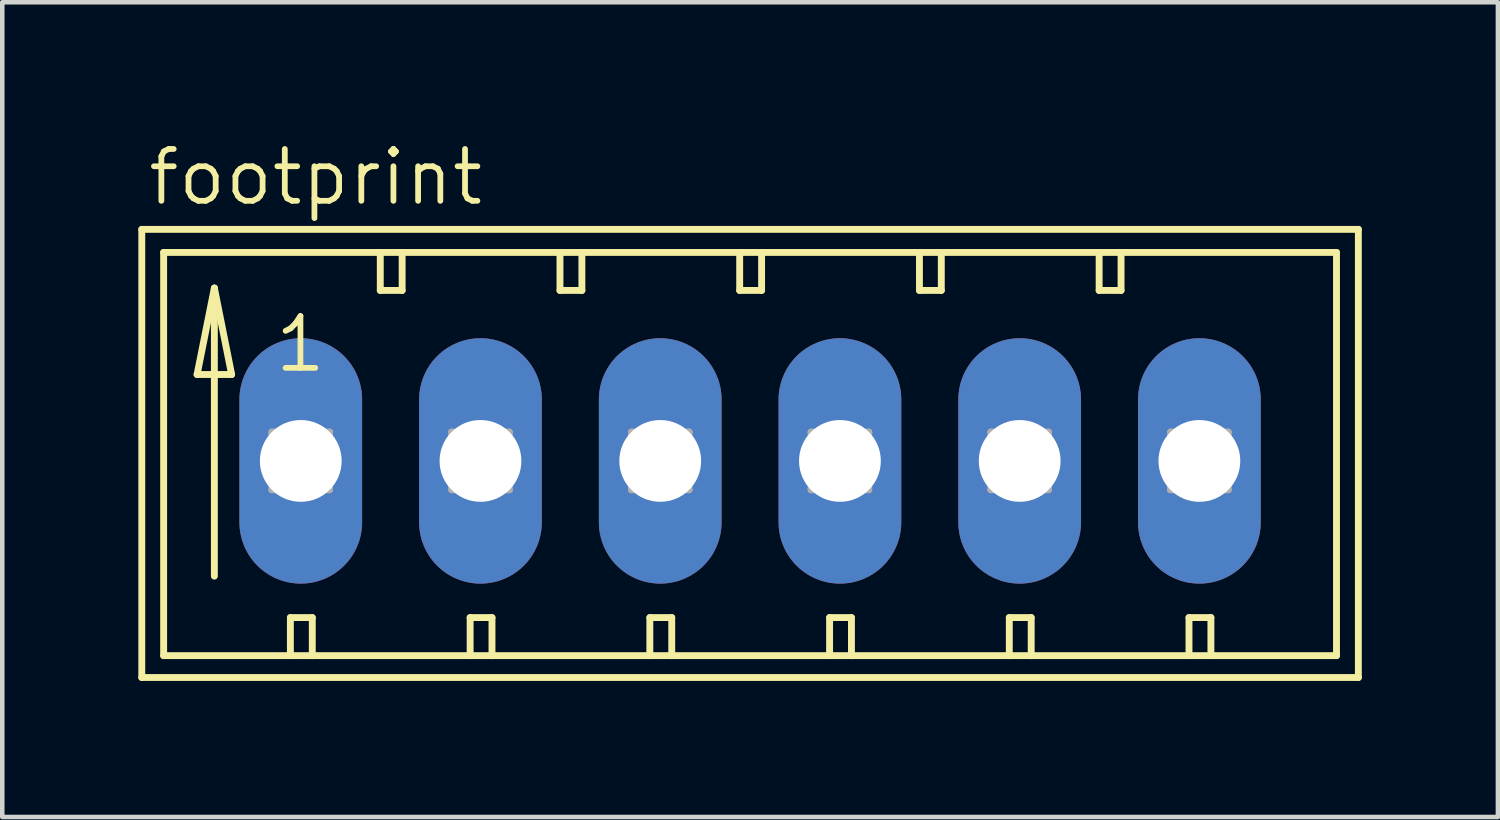
<source format=kicad_pcb>
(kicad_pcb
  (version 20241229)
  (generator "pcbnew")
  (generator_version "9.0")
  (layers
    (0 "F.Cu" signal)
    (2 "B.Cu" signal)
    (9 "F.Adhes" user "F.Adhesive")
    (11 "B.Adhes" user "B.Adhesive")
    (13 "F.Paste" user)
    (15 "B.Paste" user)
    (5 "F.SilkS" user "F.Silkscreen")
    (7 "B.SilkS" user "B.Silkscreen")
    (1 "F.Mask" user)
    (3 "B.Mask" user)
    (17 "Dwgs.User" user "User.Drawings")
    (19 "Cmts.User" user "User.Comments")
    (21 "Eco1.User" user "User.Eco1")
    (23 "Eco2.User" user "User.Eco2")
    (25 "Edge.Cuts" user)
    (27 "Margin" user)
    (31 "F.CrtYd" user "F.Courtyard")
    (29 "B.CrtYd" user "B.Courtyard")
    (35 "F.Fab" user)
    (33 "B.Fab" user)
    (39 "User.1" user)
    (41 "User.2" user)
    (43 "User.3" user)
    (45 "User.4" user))
  (footprint "footprint"
    (layer "F.Cu")
    (at 13.487 7.112)
    (property "Reference" "footprint" (at -13.335 -5.588 0) (layer "F.SilkS") (effects (font (size 1.143 1.143) (thickness 0.127)) (justify left bottom)))
    (fp_line (start -13.411 -5.105) (end -13.411 4.775) (stroke (width 0.152) (type solid)) (layer "F.SilkS"))
    (fp_line (start -13.411 4.775) (end 13.411 4.775) (stroke (width 0.152) (type solid)) (layer "F.SilkS"))
    (fp_line (start -12.929 -4.597) (end -12.929 4.293) (stroke (width 0.152) (type solid)) (layer "F.SilkS"))
    (fp_line (start -12.929 4.293) (end -10.135 4.293) (stroke (width 0.152) (type solid)) (layer "F.SilkS"))
    (fp_line (start -12.192 -1.905) (end -11.43 -1.905) (stroke (width 0.152) (type solid)) (layer "F.SilkS"))
    (fp_line (start -11.811 -3.81) (end -12.192 -1.905) (stroke (width 0.152) (type solid)) (layer "F.SilkS"))
    (fp_line (start -11.811 -3.81) (end -11.43 -1.905) (stroke (width 0.152) (type solid)) (layer "F.SilkS"))
    (fp_line (start -11.811 2.54) (end -11.811 -3.81) (stroke (width 0.152) (type solid)) (layer "F.SilkS"))
    (fp_line (start -10.135 3.454) (end -10.135 4.293) (stroke (width 0.152) (type solid)) (layer "F.SilkS"))
    (fp_line (start -10.135 3.454) (end -9.652 3.454) (stroke (width 0.152) (type solid)) (layer "F.SilkS"))
    (fp_line (start -10.135 4.293) (end -9.652 4.293) (stroke (width 0.152) (type solid)) (layer "F.SilkS"))
    (fp_line (start -9.652 3.454) (end -9.652 4.293) (stroke (width 0.152) (type solid)) (layer "F.SilkS"))
    (fp_line (start -9.652 4.293) (end -6.172 4.293) (stroke (width 0.152) (type solid)) (layer "F.SilkS"))
    (fp_line (start -8.153 -4.597) (end -12.929 -4.597) (stroke (width 0.152) (type solid)) (layer "F.SilkS"))
    (fp_line (start -8.153 -4.597) (end -8.153 -3.759) (stroke (width 0.152) (type solid)) (layer "F.SilkS"))
    (fp_line (start -8.153 -3.759) (end -7.671 -3.759) (stroke (width 0.152) (type solid)) (layer "F.SilkS"))
    (fp_line (start -7.671 -4.597) (end -8.153 -4.597) (stroke (width 0.152) (type solid)) (layer "F.SilkS"))
    (fp_line (start -7.671 -3.759) (end -7.671 -4.597) (stroke (width 0.152) (type solid)) (layer "F.SilkS"))
    (fp_line (start -6.172 3.454) (end -6.172 4.293) (stroke (width 0.152) (type solid)) (layer "F.SilkS"))
    (fp_line (start -6.172 3.454) (end -5.69 3.454) (stroke (width 0.152) (type solid)) (layer "F.SilkS"))
    (fp_line (start -6.172 4.293) (end -5.69 4.293) (stroke (width 0.152) (type solid)) (layer "F.SilkS"))
    (fp_line (start -5.69 3.454) (end -5.69 4.293) (stroke (width 0.152) (type solid)) (layer "F.SilkS"))
    (fp_line (start -5.69 4.293) (end -2.21 4.293) (stroke (width 0.152) (type solid)) (layer "F.SilkS"))
    (fp_line (start -4.191 -4.597) (end -7.671 -4.597) (stroke (width 0.152) (type solid)) (layer "F.SilkS"))
    (fp_line (start -4.191 -3.759) (end -4.191 -4.597) (stroke (width 0.152) (type solid)) (layer "F.SilkS"))
    (fp_line (start -4.191 -3.759) (end -3.708 -3.759) (stroke (width 0.152) (type solid)) (layer "F.SilkS"))
    (fp_line (start -3.708 -4.597) (end -4.191 -4.597) (stroke (width 0.152) (type solid)) (layer "F.SilkS"))
    (fp_line (start -3.708 -3.759) (end -3.708 -4.597) (stroke (width 0.152) (type solid)) (layer "F.SilkS"))
    (fp_line (start -2.21 3.454) (end -2.21 4.293) (stroke (width 0.152) (type solid)) (layer "F.SilkS"))
    (fp_line (start -2.21 3.454) (end -1.727 3.454) (stroke (width 0.152) (type solid)) (layer "F.SilkS"))
    (fp_line (start -2.21 4.293) (end -1.727 4.293) (stroke (width 0.152) (type solid)) (layer "F.SilkS"))
    (fp_line (start -1.727 3.454) (end -1.727 4.293) (stroke (width 0.152) (type solid)) (layer "F.SilkS"))
    (fp_line (start -1.727 4.293) (end 1.753 4.293) (stroke (width 0.152) (type solid)) (layer "F.SilkS"))
    (fp_line (start -0.229 -4.597) (end -3.708 -4.597) (stroke (width 0.152) (type solid)) (layer "F.SilkS"))
    (fp_line (start -0.229 -3.759) (end -0.229 -4.597) (stroke (width 0.152) (type solid)) (layer "F.SilkS"))
    (fp_line (start -0.229 -3.759) (end 0.254 -3.759) (stroke (width 0.152) (type solid)) (layer "F.SilkS"))
    (fp_line (start 0.254 -4.597) (end -0.229 -4.597) (stroke (width 0.152) (type solid)) (layer "F.SilkS"))
    (fp_line (start 0.254 -3.759) (end 0.254 -4.597) (stroke (width 0.152) (type solid)) (layer "F.SilkS"))
    (fp_line (start 1.753 3.454) (end 1.753 4.293) (stroke (width 0.152) (type solid)) (layer "F.SilkS"))
    (fp_line (start 1.753 3.454) (end 2.235 3.454) (stroke (width 0.152) (type solid)) (layer "F.SilkS"))
    (fp_line (start 1.753 4.293) (end 2.235 4.293) (stroke (width 0.152) (type solid)) (layer "F.SilkS"))
    (fp_line (start 2.235 3.454) (end 2.235 4.293) (stroke (width 0.152) (type solid)) (layer "F.SilkS"))
    (fp_line (start 2.235 4.293) (end 5.715 4.293) (stroke (width 0.152) (type solid)) (layer "F.SilkS"))
    (fp_line (start 3.734 -4.597) (end 0.254 -4.597) (stroke (width 0.152) (type solid)) (layer "F.SilkS"))
    (fp_line (start 3.734 -3.759) (end 3.734 -4.597) (stroke (width 0.152) (type solid)) (layer "F.SilkS"))
    (fp_line (start 3.734 -3.759) (end 4.216 -3.759) (stroke (width 0.152) (type solid)) (layer "F.SilkS"))
    (fp_line (start 4.216 -4.597) (end 3.734 -4.597) (stroke (width 0.152) (type solid)) (layer "F.SilkS"))
    (fp_line (start 4.216 -3.759) (end 4.216 -4.597) (stroke (width 0.152) (type solid)) (layer "F.SilkS"))
    (fp_line (start 5.715 3.454) (end 5.715 4.293) (stroke (width 0.152) (type solid)) (layer "F.SilkS"))
    (fp_line (start 5.715 3.454) (end 6.198 3.454) (stroke (width 0.152) (type solid)) (layer "F.SilkS"))
    (fp_line (start 5.715 4.293) (end 6.198 4.293) (stroke (width 0.152) (type solid)) (layer "F.SilkS"))
    (fp_line (start 6.198 3.454) (end 6.198 4.293) (stroke (width 0.152) (type solid)) (layer "F.SilkS"))
    (fp_line (start 6.198 4.293) (end 9.677 4.293) (stroke (width 0.152) (type solid)) (layer "F.SilkS"))
    (fp_line (start 7.696 -4.597) (end 4.216 -4.597) (stroke (width 0.152) (type solid)) (layer "F.SilkS"))
    (fp_line (start 7.696 -3.759) (end 7.696 -4.597) (stroke (width 0.152) (type solid)) (layer "F.SilkS"))
    (fp_line (start 7.696 -3.759) (end 8.179 -3.759) (stroke (width 0.152) (type solid)) (layer "F.SilkS"))
    (fp_line (start 8.179 -4.597) (end 7.696 -4.597) (stroke (width 0.152) (type solid)) (layer "F.SilkS"))
    (fp_line (start 8.179 -3.759) (end 8.179 -4.597) (stroke (width 0.152) (type solid)) (layer "F.SilkS"))
    (fp_line (start 9.677 3.454) (end 9.677 4.293) (stroke (width 0.152) (type solid)) (layer "F.SilkS"))
    (fp_line (start 9.677 3.454) (end 10.16 3.454) (stroke (width 0.152) (type solid)) (layer "F.SilkS"))
    (fp_line (start 9.677 4.293) (end 10.16 4.293) (stroke (width 0.152) (type solid)) (layer "F.SilkS"))
    (fp_line (start 10.16 3.454) (end 10.16 4.293) (stroke (width 0.152) (type solid)) (layer "F.SilkS"))
    (fp_line (start 10.16 4.293) (end 12.929 4.293) (stroke (width 0.152) (type solid)) (layer "F.SilkS"))
    (fp_line (start 12.929 -4.597) (end 8.179 -4.597) (stroke (width 0.152) (type solid)) (layer "F.SilkS"))
    (fp_line (start 12.929 4.293) (end 12.929 -4.597) (stroke (width 0.152) (type solid)) (layer "F.SilkS"))
    (fp_line (start 13.411 -5.105) (end -13.411 -5.105) (stroke (width 0.152) (type solid)) (layer "F.SilkS"))
    (fp_line (start 13.411 4.775) (end 13.411 -5.105) (stroke (width 0.152) (type solid)) (layer "F.SilkS"))
    (fp_line (start -10.541 -0.635) (end -10.541 0.635) (stroke (width 0.152) (type solid)) (layer "F.Fab"))
    (fp_line (start -10.541 -0.635) (end -9.271 0.635) (stroke (width 0.152) (type solid)) (layer "F.Fab"))
    (fp_line (start -10.541 0.635) (end -9.271 0.635) (stroke (width 0.152) (type solid)) (layer "F.Fab"))
    (fp_line (start -9.271 -0.635) (end -10.541 -0.635) (stroke (width 0.152) (type solid)) (layer "F.Fab"))
    (fp_line (start -9.271 -0.635) (end -10.541 0.635) (stroke (width 0.152) (type solid)) (layer "F.Fab"))
    (fp_line (start -9.271 0.635) (end -9.271 -0.635) (stroke (width 0.152) (type solid)) (layer "F.Fab"))
    (fp_line (start -6.579 -0.635) (end -6.579 0.635) (stroke (width 0.152) (type solid)) (layer "F.Fab"))
    (fp_line (start -6.579 -0.635) (end -5.309 0.635) (stroke (width 0.152) (type solid)) (layer "F.Fab"))
    (fp_line (start -6.579 0.635) (end -5.309 0.635) (stroke (width 0.152) (type solid)) (layer "F.Fab"))
    (fp_line (start -5.309 -0.635) (end -6.579 -0.635) (stroke (width 0.152) (type solid)) (layer "F.Fab"))
    (fp_line (start -5.309 -0.635) (end -6.579 0.635) (stroke (width 0.152) (type solid)) (layer "F.Fab"))
    (fp_line (start -5.309 0.635) (end -5.309 -0.635) (stroke (width 0.152) (type solid)) (layer "F.Fab"))
    (fp_line (start -2.616 -0.635) (end -2.616 0.635) (stroke (width 0.152) (type solid)) (layer "F.Fab"))
    (fp_line (start -2.616 -0.635) (end -1.346 0.635) (stroke (width 0.152) (type solid)) (layer "F.Fab"))
    (fp_line (start -2.616 0.635) (end -1.346 0.635) (stroke (width 0.152) (type solid)) (layer "F.Fab"))
    (fp_line (start -1.346 -0.635) (end -2.616 -0.635) (stroke (width 0.152) (type solid)) (layer "F.Fab"))
    (fp_line (start -1.346 -0.635) (end -2.616 0.635) (stroke (width 0.152) (type solid)) (layer "F.Fab"))
    (fp_line (start -1.346 0.635) (end -1.346 -0.635) (stroke (width 0.152) (type solid)) (layer "F.Fab"))
    (fp_line (start 1.346 -0.635) (end 1.346 0.635) (stroke (width 0.152) (type solid)) (layer "F.Fab"))
    (fp_line (start 1.346 -0.635) (end 2.616 0.635) (stroke (width 0.152) (type solid)) (layer "F.Fab"))
    (fp_line (start 1.346 0.635) (end 2.616 0.635) (stroke (width 0.152) (type solid)) (layer "F.Fab"))
    (fp_line (start 2.616 -0.635) (end 1.346 -0.635) (stroke (width 0.152) (type solid)) (layer "F.Fab"))
    (fp_line (start 2.616 -0.635) (end 1.346 0.635) (stroke (width 0.152) (type solid)) (layer "F.Fab"))
    (fp_line (start 2.616 0.635) (end 2.616 -0.635) (stroke (width 0.152) (type solid)) (layer "F.Fab"))
    (fp_line (start 5.309 -0.635) (end 5.309 0.635) (stroke (width 0.152) (type solid)) (layer "F.Fab"))
    (fp_line (start 5.309 -0.635) (end 6.579 0.635) (stroke (width 0.152) (type solid)) (layer "F.Fab"))
    (fp_line (start 5.309 0.635) (end 6.579 0.635) (stroke (width 0.152) (type solid)) (layer "F.Fab"))
    (fp_line (start 6.579 -0.635) (end 5.309 -0.635) (stroke (width 0.152) (type solid)) (layer "F.Fab"))
    (fp_line (start 6.579 -0.635) (end 5.309 0.635) (stroke (width 0.152) (type solid)) (layer "F.Fab"))
    (fp_line (start 6.579 0.635) (end 6.579 -0.635) (stroke (width 0.152) (type solid)) (layer "F.Fab"))
    (fp_line (start 9.271 -0.635) (end 9.271 0.635) (stroke (width 0.152) (type solid)) (layer "F.Fab"))
    (fp_line (start 9.271 -0.635) (end 10.541 0.635) (stroke (width 0.152) (type solid)) (layer "F.Fab"))
    (fp_line (start 9.271 0.635) (end 10.541 0.635) (stroke (width 0.152) (type solid)) (layer "F.Fab"))
    (fp_line (start 10.541 -0.635) (end 9.271 -0.635) (stroke (width 0.152) (type solid)) (layer "F.Fab"))
    (fp_line (start 10.541 -0.635) (end 9.271 0.635) (stroke (width 0.152) (type solid)) (layer "F.Fab"))
    (fp_line (start 10.541 0.635) (end 10.541 -0.635) (stroke (width 0.152) (type solid)) (layer "F.Fab"))
    (fp_text user "1" (at -10.541 -1.905 0) (layer "F.SilkS") (effects (font (size 1.143 1.143) (thickness 0.127)) (justify left bottom)))
    (pad "1" thru_hole oval (at -9.906 0 90) (size 5.41 2.705) (drill 1.803) (layers "*.Cu" "*.Mask"))
    (pad "2" thru_hole oval (at -5.944 0 90) (size 5.41 2.705) (drill 1.803) (layers "*.Cu" "*.Mask"))
    (pad "3" thru_hole oval (at -1.981 0 90) (size 5.41 2.705) (drill 1.803) (layers "*.Cu" "*.Mask"))
    (pad "4" thru_hole oval (at 1.981 0 90) (size 5.41 2.705) (drill 1.803) (layers "*.Cu" "*.Mask"))
    (pad "5" thru_hole oval (at 5.944 0 90) (size 5.41 2.705) (drill 1.803) (layers "*.Cu" "*.Mask"))
    (pad "6" thru_hole oval (at 9.906 0 90) (size 5.41 2.705) (drill 1.803) (layers "*.Cu" "*.Mask")))
  (gr_rect
    (start -3 -3)
    (end 29.975 14.963)
    (stroke (width 0.1) (type default))
    (fill no)
    (layer "Edge.Cuts")))
</source>
